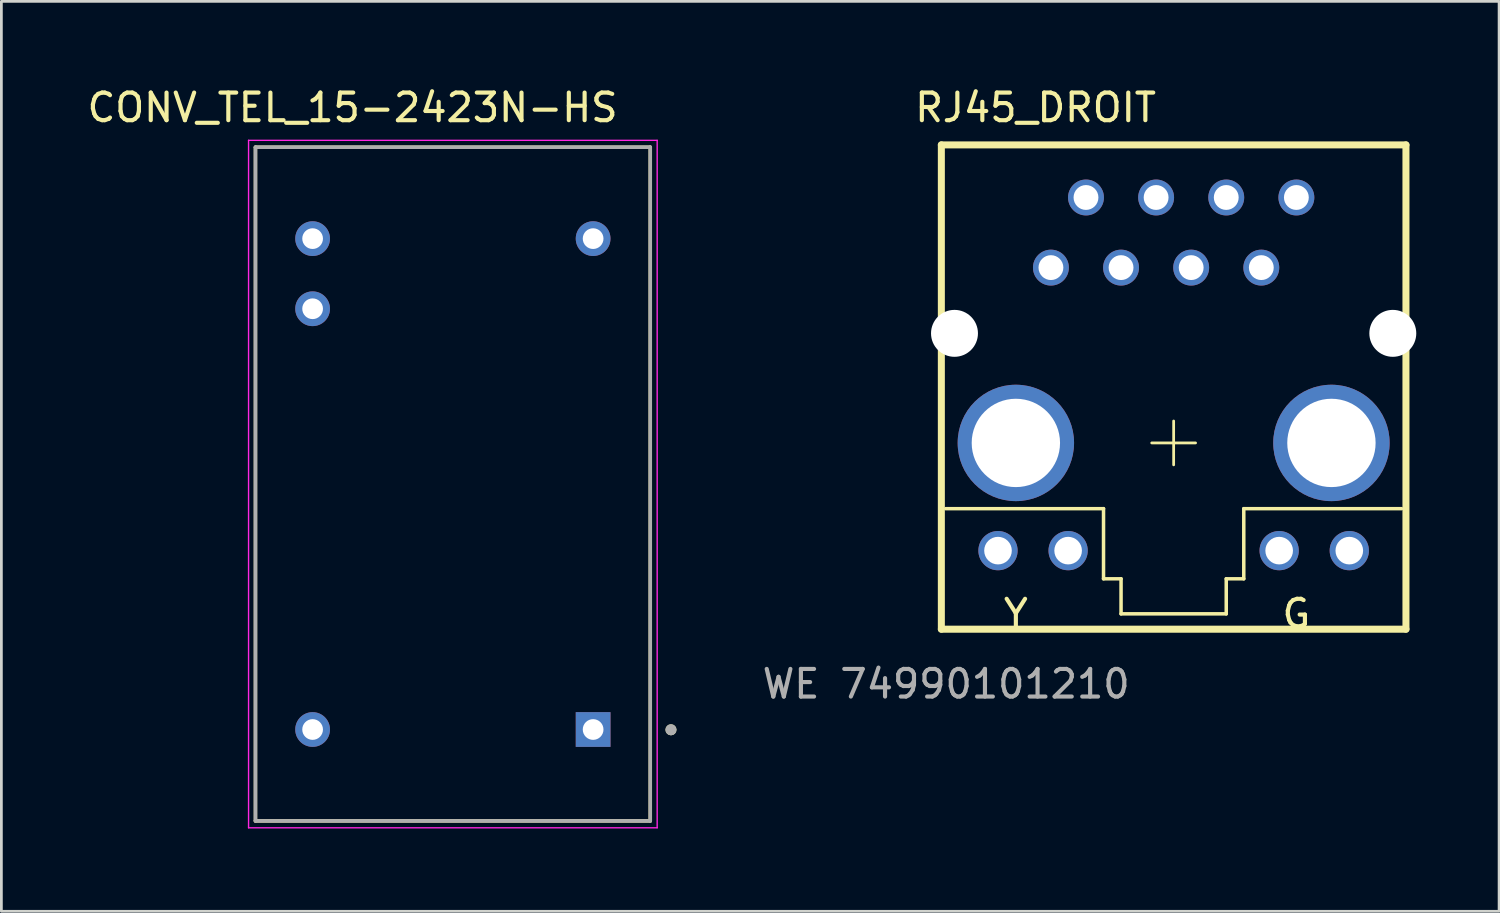
<source format=kicad_pcb>
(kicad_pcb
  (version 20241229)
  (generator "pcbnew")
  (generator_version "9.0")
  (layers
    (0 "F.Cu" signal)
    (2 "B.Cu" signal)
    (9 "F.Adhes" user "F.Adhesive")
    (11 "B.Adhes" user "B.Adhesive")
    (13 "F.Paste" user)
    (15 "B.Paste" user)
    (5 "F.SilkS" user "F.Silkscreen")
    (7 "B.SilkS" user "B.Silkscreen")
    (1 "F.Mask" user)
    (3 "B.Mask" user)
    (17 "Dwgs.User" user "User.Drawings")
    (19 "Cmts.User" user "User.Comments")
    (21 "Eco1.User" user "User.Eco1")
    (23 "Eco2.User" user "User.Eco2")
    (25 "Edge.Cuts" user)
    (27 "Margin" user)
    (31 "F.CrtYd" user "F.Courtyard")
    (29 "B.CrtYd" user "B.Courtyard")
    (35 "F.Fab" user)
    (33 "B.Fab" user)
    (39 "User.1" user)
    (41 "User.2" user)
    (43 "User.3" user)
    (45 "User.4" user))
  (footprint "RJ45_DROIT"
    (layer "F.Cu")
    (at 39.46 13.469)
    (property "Reference" "RJ45_DROIT" (at -5.001 -12.621 0) (layer "F.SilkS") (effects (font (size 1 1) (thickness 0.15))))
    (attr through_hole)
    (fp_line (start -8.414 -11.271) (end 8.414 -11.271) (stroke (width 0.254) (type solid)) (layer "F.SilkS"))
    (fp_line (start -8.414 6.271) (end -8.414 -11.271) (stroke (width 0.254) (type solid)) (layer "F.SilkS"))
    (fp_line (start -8.255 1.905) (end -2.54 1.905) (stroke (width 0.127) (type solid)) (layer "F.SilkS"))
    (fp_line (start -2.54 1.905) (end -2.54 4.445) (stroke (width 0.127) (type solid)) (layer "F.SilkS"))
    (fp_line (start -2.54 4.445) (end -1.905 4.445) (stroke (width 0.127) (type solid)) (layer "F.SilkS"))
    (fp_line (start -1.905 4.445) (end -1.905 5.715) (stroke (width 0.127) (type solid)) (layer "F.SilkS"))
    (fp_line (start -1.905 5.715) (end 1.905 5.715) (stroke (width 0.127) (type solid)) (layer "F.SilkS"))
    (fp_line (start -0.794 -9.366) (end -0.476 -9.366) (stroke (width 0.1) (type solid)) (layer "F.SilkS"))
    (fp_line (start -0.794 -0.476) (end 0.794 -0.476) (stroke (width 0.1) (type solid)) (layer "F.SilkS"))
    (fp_line (start -0.635 -9.525) (end -0.635 -9.207) (stroke (width 0.1) (type solid)) (layer "F.SilkS"))
    (fp_line (start -0.635 -9.366) (end -0.635 -9.525) (stroke (width 0.1) (type solid)) (layer "F.SilkS"))
    (fp_line (start 0 -1.27) (end 0 0.318) (stroke (width 0.1) (type solid)) (layer "F.SilkS"))
    (fp_line (start 1.905 4.445) (end 2.54 4.445) (stroke (width 0.127) (type solid)) (layer "F.SilkS"))
    (fp_line (start 1.905 5.715) (end 1.905 4.445) (stroke (width 0.127) (type solid)) (layer "F.SilkS"))
    (fp_line (start 2.54 1.905) (end 8.255 1.905) (stroke (width 0.127) (type solid)) (layer "F.SilkS"))
    (fp_line (start 2.54 4.445) (end 2.54 1.905) (stroke (width 0.127) (type solid)) (layer "F.SilkS"))
    (fp_line (start 8.414 -11.271) (end 8.414 6.271) (stroke (width 0.254) (type solid)) (layer "F.SilkS"))
    (fp_line (start 8.414 6.271) (end -8.414 6.271) (stroke (width 0.254) (type solid)) (layer "F.SilkS"))
    (fp_text user "G" (at 4.445 5.715 0) (layer "F.SilkS") (effects (font (size 1 1) (thickness 0.15))))
    (fp_text user "Y" (at -5.715 5.715 0) (layer "F.SilkS") (effects (font (size 1 1) (thickness 0.15))))
    (fp_text user "WE 74990101210 " (at -7.858 8.255 0) (layer "F.Fab") (effects (font (size 1 1) (thickness 0.15))))
    (pad "" np_thru_hole circle (at -7.938 -4.445) (size 1.7 1.7) (drill 1.7) (layers "*.Cu" "*.Mask"))
    (pad "" np_thru_hole circle (at 7.938 -4.445) (size 1.7 1.7) (drill 1.7) (layers "*.Cu" "*.Mask"))
    (pad "1" thru_hole circle (at -4.445 -6.826) (size 1.3 1.3) (drill 0.9) (layers "*.Cu" "*.Mask"))
    (pad "2" thru_hole circle (at -3.175 -9.366) (size 1.3 1.3) (drill 0.9) (layers "*.Cu" "*.Mask"))
    (pad "3" thru_hole circle (at -1.905 -6.826) (size 1.3 1.3) (drill 0.9) (layers "*.Cu" "*.Mask"))
    (pad "4" thru_hole circle (at -0.635 -9.366) (size 1.3 1.3) (drill 0.9) (layers "*.Cu" "*.Mask"))
    (pad "5" thru_hole circle (at 0.635 -6.826) (size 1.3 1.3) (drill 0.9) (layers "*.Cu" "*.Mask"))
    (pad "6" thru_hole circle (at 1.905 -9.366) (size 1.3 1.3) (drill 0.9) (layers "*.Cu" "*.Mask"))
    (pad "7" thru_hole circle (at 3.175 -6.826) (size 1.3 1.3) (drill 0.9) (layers "*.Cu" "*.Mask"))
    (pad "8" thru_hole circle (at 4.445 -9.366) (size 1.3 1.3) (drill 0.9) (layers "*.Cu" "*.Mask"))
    (pad "9" thru_hole circle (at -6.362 3.425) (size 1.422 1.422) (drill 1) (layers "*.Cu" "*.Mask"))
    (pad "10" thru_hole circle (at -3.822 3.425) (size 1.422 1.422) (drill 1) (layers "*.Cu" "*.Mask"))
    (pad "11" thru_hole circle (at 3.822 3.425) (size 1.422 1.422) (drill 1) (layers "*.Cu" "*.Mask"))
    (pad "12" thru_hole circle (at 6.362 3.425) (size 1.422 1.422) (drill 1) (layers "*.Cu" "*.Mask"))
    (pad "P$1" thru_hole circle (at 5.715 -0.476) (size 4.216 4.216) (drill 3.2) (layers "*.Cu" "*.Mask"))
    (pad "P$2" thru_hole circle (at -5.715 -0.476) (size 4.216 4.216) (drill 3.2) (layers "*.Cu" "*.Mask")))
  (footprint "CONV_TEL_15-2423N-HS"
    (layer "F.Cu")
    (at 13.353 14.483)
    (property "Reference" "CONV_TEL_15-2423N-HS" (at -3.633 -13.635 0) (layer "F.SilkS") (effects (font (size 1 1) (thickness 0.15))))
    (attr through_hole)
    (fp_line (start -7.15 -12.2) (end 7.15 -12.2) (stroke (width 0.127) (type solid)) (layer "F.SilkS"))
    (fp_line (start -7.15 12.2) (end -7.15 -12.2) (stroke (width 0.127) (type solid)) (layer "F.SilkS"))
    (fp_line (start -7.15 12.2) (end 7.15 12.2) (stroke (width 0.127) (type solid)) (layer "F.SilkS"))
    (fp_line (start 7.15 12.2) (end 7.15 -12.2) (stroke (width 0.127) (type solid)) (layer "F.SilkS"))
    (fp_circle (center 7.9 8.9) (end 8 8.9) (stroke (width 0.2) (type solid)) (fill no) (layer "F.SilkS"))
    (fp_line (start -7.4 -12.45) (end -7.4 12.45) (stroke (width 0.05) (type solid)) (layer "F.CrtYd"))
    (fp_line (start -7.4 -12.45) (end 7.4 -12.45) (stroke (width 0.05) (type solid)) (layer "F.CrtYd"))
    (fp_line (start -7.4 12.45) (end 7.4 12.45) (stroke (width 0.05) (type solid)) (layer "F.CrtYd"))
    (fp_line (start 7.4 -12.45) (end 7.4 12.45) (stroke (width 0.05) (type solid)) (layer "F.CrtYd"))
    (fp_line (start -7.15 -12.2) (end 7.15 -12.2) (stroke (width 0.127) (type solid)) (layer "F.Fab"))
    (fp_line (start -7.15 12.2) (end -7.15 -12.2) (stroke (width 0.127) (type solid)) (layer "F.Fab"))
    (fp_line (start -7.15 12.2) (end 7.15 12.2) (stroke (width 0.127) (type solid)) (layer "F.Fab"))
    (fp_line (start 7.15 12.2) (end 7.15 -12.2) (stroke (width 0.127) (type solid)) (layer "F.Fab"))
    (fp_circle (center 7.9 8.9) (end 8 8.9) (stroke (width 0.2) (type solid)) (fill no) (layer "F.Fab"))
    (pad "1" thru_hole rect (at 5.08 8.89) (size 1.258 1.258) (drill 0.75) (layers "*.Cu" "*.Mask"))
    (pad "8" thru_hole circle (at 5.08 -8.89) (size 1.258 1.258) (drill 0.75) (layers "*.Cu" "*.Mask"))
    (pad "9" thru_hole circle (at -5.08 -8.89) (size 1.258 1.258) (drill 0.75) (layers "*.Cu" "*.Mask"))
    (pad "10" thru_hole circle (at -5.08 -6.35) (size 1.258 1.258) (drill 0.75) (layers "*.Cu" "*.Mask"))
    (pad "16" thru_hole circle (at -5.08 8.89) (size 1.258 1.258) (drill 0.75) (layers "*.Cu" "*.Mask")))
  (gr_rect
    (start -3 -3)
    (end 51.248 29.958)
    (stroke (width 0.1) (type default))
    (fill no)
    (layer "Edge.Cuts")))
</source>
